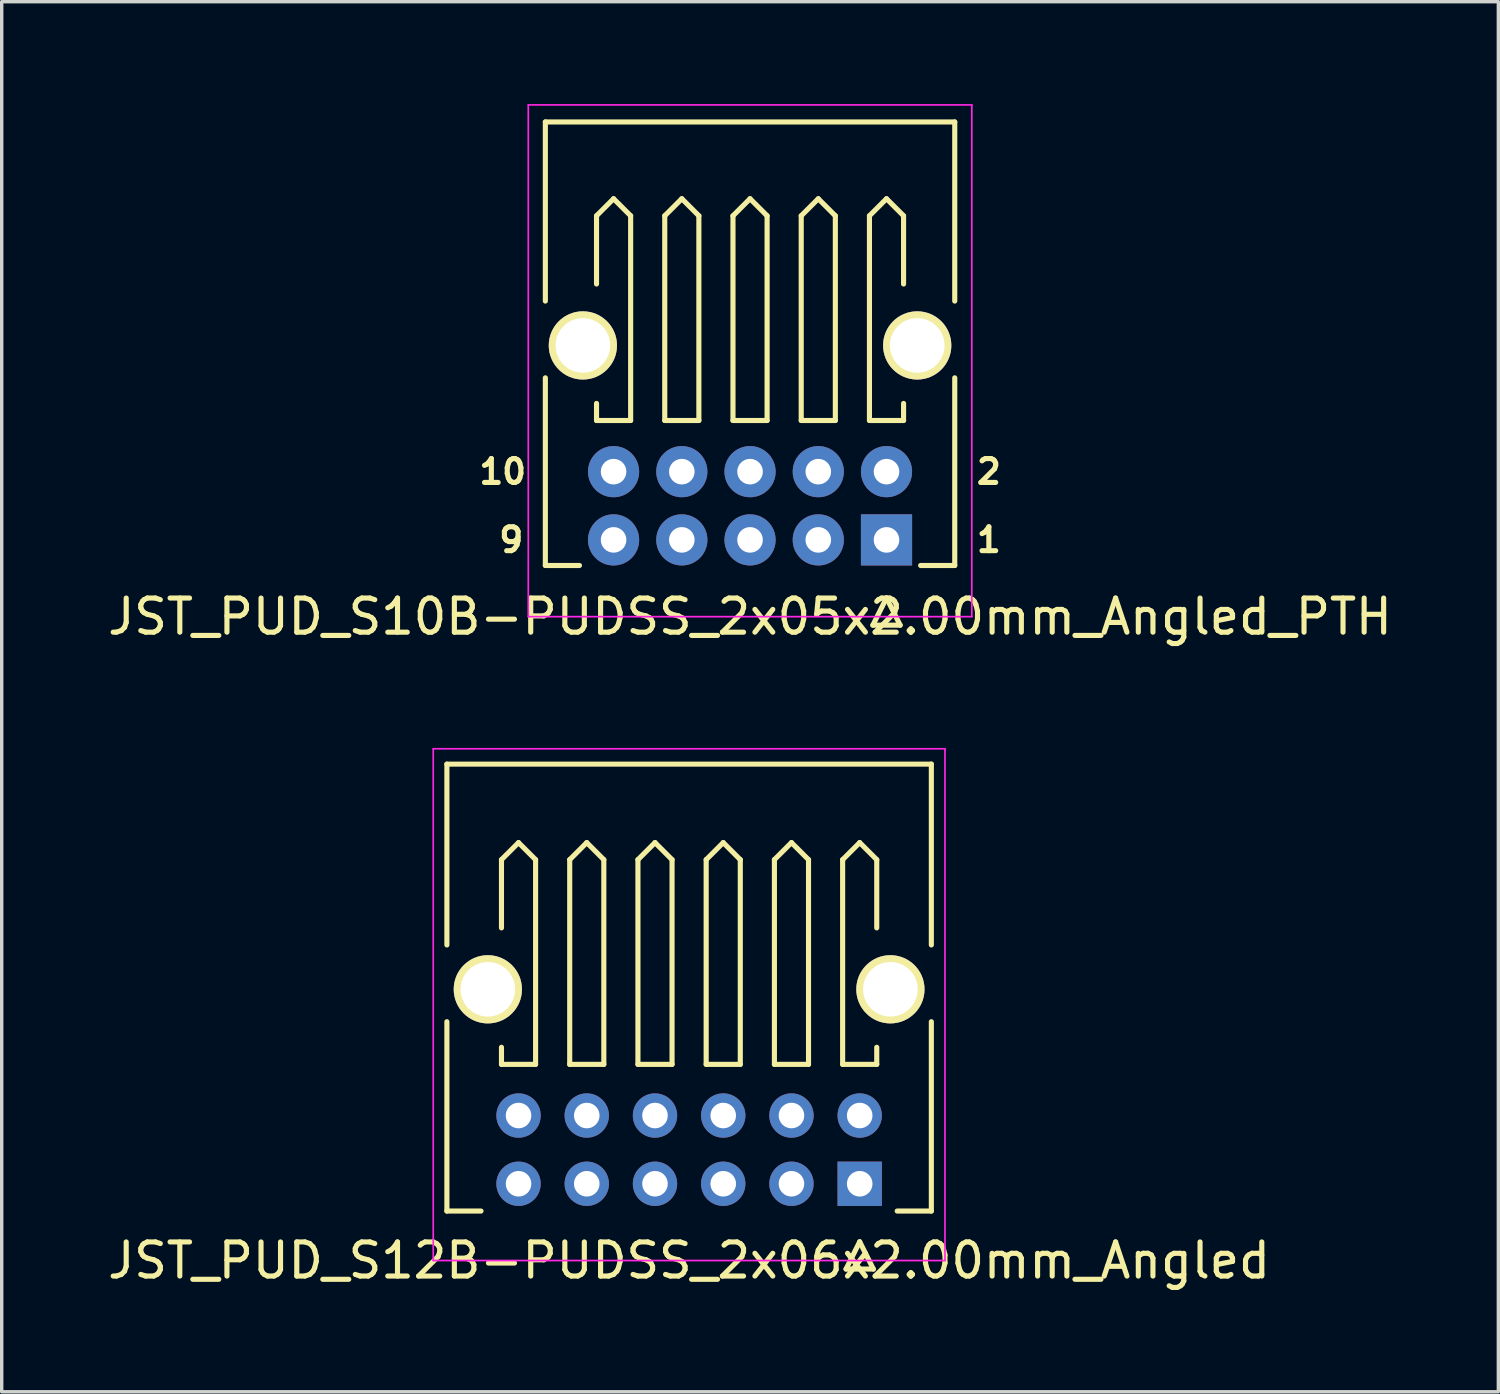
<source format=kicad_pcb>
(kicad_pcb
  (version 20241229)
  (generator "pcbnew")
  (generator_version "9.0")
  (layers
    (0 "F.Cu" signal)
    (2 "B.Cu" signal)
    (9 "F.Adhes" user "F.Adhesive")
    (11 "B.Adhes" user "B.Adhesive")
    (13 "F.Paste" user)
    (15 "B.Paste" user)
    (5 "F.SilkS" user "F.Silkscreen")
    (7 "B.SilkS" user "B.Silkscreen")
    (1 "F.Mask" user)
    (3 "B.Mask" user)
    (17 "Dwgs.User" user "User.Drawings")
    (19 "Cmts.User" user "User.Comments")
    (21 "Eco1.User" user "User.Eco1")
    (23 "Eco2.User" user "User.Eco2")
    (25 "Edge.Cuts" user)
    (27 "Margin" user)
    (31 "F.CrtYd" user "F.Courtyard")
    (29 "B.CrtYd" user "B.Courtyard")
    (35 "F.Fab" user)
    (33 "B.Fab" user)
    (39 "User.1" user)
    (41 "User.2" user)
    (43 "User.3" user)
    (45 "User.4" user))
  (footprint "JST_PUD_S12B-PUDSS_2x06x2.00mm_Angled"
    (layer "F.Cu")
    (at 22.149 31.648)
    (property "Reference" "JST_PUD_S12B-PUDSS_2x06x2.00mm_Angled" (at -5 2.25 0) (layer "F.SilkS") (effects (font (size 1 1) (thickness 0.15))))
    (attr through_hole)
    (fp_line (start -12.1 -12.3) (end -12.1 -7) (stroke (width 0.15) (type solid)) (layer "F.SilkS"))
    (fp_line (start -12.1 -4.75) (end -12.1 0.8) (stroke (width 0.15) (type solid)) (layer "F.SilkS"))
    (fp_line (start -12.1 0.8) (end -11.1 0.8) (stroke (width 0.15) (type solid)) (layer "F.SilkS"))
    (fp_line (start -10.5 -9.5) (end -10 -10) (stroke (width 0.15) (type solid)) (layer "F.SilkS"))
    (fp_line (start -10.5 -7.5) (end -10.5 -9.5) (stroke (width 0.15) (type solid)) (layer "F.SilkS"))
    (fp_line (start -10.5 -3.5) (end -10.5 -4) (stroke (width 0.15) (type solid)) (layer "F.SilkS"))
    (fp_line (start -10 -10) (end -9.5 -9.5) (stroke (width 0.15) (type solid)) (layer "F.SilkS"))
    (fp_line (start -9.5 -9.5) (end -9.5 -3.5) (stroke (width 0.15) (type solid)) (layer "F.SilkS"))
    (fp_line (start -9.5 -3.5) (end -10.5 -3.5) (stroke (width 0.15) (type solid)) (layer "F.SilkS"))
    (fp_line (start -8.5 -9.5) (end -8 -10) (stroke (width 0.15) (type solid)) (layer "F.SilkS"))
    (fp_line (start -8.5 -3.5) (end -8.5 -9.5) (stroke (width 0.15) (type solid)) (layer "F.SilkS"))
    (fp_line (start -8 -10) (end -7.5 -9.5) (stroke (width 0.15) (type solid)) (layer "F.SilkS"))
    (fp_line (start -7.5 -9.5) (end -7.5 -3.5) (stroke (width 0.15) (type solid)) (layer "F.SilkS"))
    (fp_line (start -7.5 -3.5) (end -8.5 -3.5) (stroke (width 0.15) (type solid)) (layer "F.SilkS"))
    (fp_line (start -6.5 -9.5) (end -6 -10) (stroke (width 0.15) (type solid)) (layer "F.SilkS"))
    (fp_line (start -6.5 -3.5) (end -6.5 -9.5) (stroke (width 0.15) (type solid)) (layer "F.SilkS"))
    (fp_line (start -6 -10) (end -5.5 -9.5) (stroke (width 0.15) (type solid)) (layer "F.SilkS"))
    (fp_line (start -5.5 -9.5) (end -5.5 -3.5) (stroke (width 0.15) (type solid)) (layer "F.SilkS"))
    (fp_line (start -5.5 -3.5) (end -6.5 -3.5) (stroke (width 0.15) (type solid)) (layer "F.SilkS"))
    (fp_line (start -4.5 -9.5) (end -4 -10) (stroke (width 0.15) (type solid)) (layer "F.SilkS"))
    (fp_line (start -4.5 -3.5) (end -4.5 -9.5) (stroke (width 0.15) (type solid)) (layer "F.SilkS"))
    (fp_line (start -4 -10) (end -3.5 -9.5) (stroke (width 0.15) (type solid)) (layer "F.SilkS"))
    (fp_line (start -3.5 -9.5) (end -3.5 -3.5) (stroke (width 0.15) (type solid)) (layer "F.SilkS"))
    (fp_line (start -3.5 -3.5) (end -4.5 -3.5) (stroke (width 0.15) (type solid)) (layer "F.SilkS"))
    (fp_line (start -2.5 -9.5) (end -2 -10) (stroke (width 0.15) (type solid)) (layer "F.SilkS"))
    (fp_line (start -2.5 -3.5) (end -2.5 -9.5) (stroke (width 0.15) (type solid)) (layer "F.SilkS"))
    (fp_line (start -2 -10) (end -1.5 -9.5) (stroke (width 0.15) (type solid)) (layer "F.SilkS"))
    (fp_line (start -1.5 -9.5) (end -1.5 -3.5) (stroke (width 0.15) (type solid)) (layer "F.SilkS"))
    (fp_line (start -1.5 -3.5) (end -2.5 -3.5) (stroke (width 0.15) (type solid)) (layer "F.SilkS"))
    (fp_line (start -0.5 -9.5) (end 0 -10) (stroke (width 0.15) (type solid)) (layer "F.SilkS"))
    (fp_line (start -0.5 -3.5) (end -0.5 -9.5) (stroke (width 0.15) (type solid)) (layer "F.SilkS"))
    (fp_line (start -0.4 2.5) (end 0 1.7) (stroke (width 0.15) (type solid)) (layer "F.SilkS"))
    (fp_line (start 0 -10) (end 0.5 -9.5) (stroke (width 0.15) (type solid)) (layer "F.SilkS"))
    (fp_line (start 0 1.7) (end 0.4 2.5) (stroke (width 0.15) (type solid)) (layer "F.SilkS"))
    (fp_line (start 0.4 2.5) (end -0.4 2.5) (stroke (width 0.15) (type solid)) (layer "F.SilkS"))
    (fp_line (start 0.5 -9.5) (end 0.5 -7.5) (stroke (width 0.15) (type solid)) (layer "F.SilkS"))
    (fp_line (start 0.5 -4) (end 0.5 -3.5) (stroke (width 0.15) (type solid)) (layer "F.SilkS"))
    (fp_line (start 0.5 -3.5) (end -0.5 -3.5) (stroke (width 0.15) (type solid)) (layer "F.SilkS"))
    (fp_line (start 1.1 0.8) (end 2.1 0.8) (stroke (width 0.15) (type solid)) (layer "F.SilkS"))
    (fp_line (start 2.1 -12.3) (end -12.1 -12.3) (stroke (width 0.15) (type solid)) (layer "F.SilkS"))
    (fp_line (start 2.1 -12.3) (end 2.1 -7) (stroke (width 0.15) (type solid)) (layer "F.SilkS"))
    (fp_line (start 2.1 0.8) (end 2.1 -4.75) (stroke (width 0.15) (type solid)) (layer "F.SilkS"))
    (fp_line (start -12.5 -12.75) (end 2.5 -12.75) (stroke (width 0.05) (type solid)) (layer "F.CrtYd"))
    (fp_line (start -12.5 2.25) (end -12.5 -12.75) (stroke (width 0.05) (type solid)) (layer "F.CrtYd"))
    (fp_line (start 2.5 -12.75) (end 2.5 2.25) (stroke (width 0.05) (type solid)) (layer "F.CrtYd"))
    (fp_line (start 2.5 2.25) (end -12.5 2.25) (stroke (width 0.05) (type solid)) (layer "F.CrtYd"))
    (pad "" np_thru_hole circle (at -10.9 -5.7) (size 2 2) (drill 1.6) (layers "*.Cu" "*.Mask" "F.SilkS"))
    (pad "" np_thru_hole circle (at 0.9 -5.7) (size 2 2) (drill 1.6) (layers "*.Cu" "*.Mask" "F.SilkS"))
    (pad "1" thru_hole rect (at 0 0) (size 1.3 1.3) (drill 0.75) (layers "*.Cu" "*.Mask"))
    (pad "2" thru_hole circle (at 0 -2) (size 1.3 1.3) (drill 0.75) (layers "*.Cu" "*.Mask"))
    (pad "3" thru_hole circle (at -2 0) (size 1.3 1.3) (drill 0.75) (layers "*.Cu" "*.Mask"))
    (pad "4" thru_hole circle (at -2 -2) (size 1.3 1.3) (drill 0.75) (layers "*.Cu" "*.Mask"))
    (pad "5" thru_hole circle (at -4 0) (size 1.3 1.3) (drill 0.75) (layers "*.Cu" "*.Mask"))
    (pad "6" thru_hole circle (at -4 -2) (size 1.3 1.3) (drill 0.75) (layers "*.Cu" "*.Mask"))
    (pad "7" thru_hole circle (at -6 0) (size 1.3 1.3) (drill 0.75) (layers "*.Cu" "*.Mask"))
    (pad "8" thru_hole circle (at -6 -2) (size 1.3 1.3) (drill 0.75) (layers "*.Cu" "*.Mask"))
    (pad "9" thru_hole circle (at -8 0) (size 1.3 1.3) (drill 0.75) (layers "*.Cu" "*.Mask"))
    (pad "10" thru_hole circle (at -8 -2) (size 1.3 1.3) (drill 0.75) (layers "*.Cu" "*.Mask"))
    (pad "11" thru_hole circle (at -10 0) (size 1.3 1.3) (drill 0.75) (layers "*.Cu" "*.Mask"))
    (pad "12" thru_hole circle (at -10 -2) (size 1.3 1.3) (drill 0.75) (layers "*.Cu" "*.Mask")))
  (footprint "JST_PUD_S10B-PUDSS_2x05x2.00mm_Angled_PTH"
    (layer "F.Cu")
    (at 22.935 12.775)
    (property "Reference" "JST_PUD_S10B-PUDSS_2x05x2.00mm_Angled_PTH" (at -4 2.25 0) (layer "F.SilkS") (effects (font (size 1 1) (thickness 0.15))))
    (attr through_hole)
    (fp_line (start -10 -12.25) (end -10 -7) (stroke (width 0.15) (type solid)) (layer "F.SilkS"))
    (fp_line (start -10 -4.75) (end -10 0.75) (stroke (width 0.15) (type solid)) (layer "F.SilkS"))
    (fp_line (start -10 0.75) (end -9 0.75) (stroke (width 0.15) (type solid)) (layer "F.SilkS"))
    (fp_line (start -8.5 -9.5) (end -8 -10) (stroke (width 0.15) (type solid)) (layer "F.SilkS"))
    (fp_line (start -8.5 -7.5) (end -8.5 -9.5) (stroke (width 0.15) (type solid)) (layer "F.SilkS"))
    (fp_line (start -8.5 -3.5) (end -8.5 -4) (stroke (width 0.15) (type solid)) (layer "F.SilkS"))
    (fp_line (start -8 -10) (end -7.5 -9.5) (stroke (width 0.15) (type solid)) (layer "F.SilkS"))
    (fp_line (start -7.5 -9.5) (end -7.5 -3.5) (stroke (width 0.15) (type solid)) (layer "F.SilkS"))
    (fp_line (start -7.5 -3.5) (end -8.5 -3.5) (stroke (width 0.15) (type solid)) (layer "F.SilkS"))
    (fp_line (start -6.5 -9.5) (end -6 -10) (stroke (width 0.15) (type solid)) (layer "F.SilkS"))
    (fp_line (start -6.5 -3.5) (end -6.5 -9.5) (stroke (width 0.15) (type solid)) (layer "F.SilkS"))
    (fp_line (start -6 -10) (end -5.5 -9.5) (stroke (width 0.15) (type solid)) (layer "F.SilkS"))
    (fp_line (start -5.5 -9.5) (end -5.5 -3.5) (stroke (width 0.15) (type solid)) (layer "F.SilkS"))
    (fp_line (start -5.5 -3.5) (end -6.5 -3.5) (stroke (width 0.15) (type solid)) (layer "F.SilkS"))
    (fp_line (start -4.5 -9.5) (end -4 -10) (stroke (width 0.15) (type solid)) (layer "F.SilkS"))
    (fp_line (start -4.5 -3.5) (end -4.5 -9.5) (stroke (width 0.15) (type solid)) (layer "F.SilkS"))
    (fp_line (start -4 -10) (end -3.5 -9.5) (stroke (width 0.15) (type solid)) (layer "F.SilkS"))
    (fp_line (start -3.5 -9.5) (end -3.5 -3.5) (stroke (width 0.15) (type solid)) (layer "F.SilkS"))
    (fp_line (start -3.5 -3.5) (end -4.5 -3.5) (stroke (width 0.15) (type solid)) (layer "F.SilkS"))
    (fp_line (start -2.5 -9.5) (end -2 -10) (stroke (width 0.15) (type solid)) (layer "F.SilkS"))
    (fp_line (start -2.5 -3.5) (end -2.5 -9.5) (stroke (width 0.15) (type solid)) (layer "F.SilkS"))
    (fp_line (start -2 -10) (end -1.5 -9.5) (stroke (width 0.15) (type solid)) (layer "F.SilkS"))
    (fp_line (start -1.5 -9.5) (end -1.5 -3.5) (stroke (width 0.15) (type solid)) (layer "F.SilkS"))
    (fp_line (start -1.5 -3.5) (end -2.5 -3.5) (stroke (width 0.15) (type solid)) (layer "F.SilkS"))
    (fp_line (start -0.5 -9.5) (end 0 -10) (stroke (width 0.15) (type solid)) (layer "F.SilkS"))
    (fp_line (start -0.5 -3.5) (end -0.5 -9.5) (stroke (width 0.15) (type solid)) (layer "F.SilkS"))
    (fp_line (start -0.4 2.5) (end 0 1.7) (stroke (width 0.15) (type solid)) (layer "F.SilkS"))
    (fp_line (start 0 -10) (end 0.5 -9.5) (stroke (width 0.15) (type solid)) (layer "F.SilkS"))
    (fp_line (start 0 1.7) (end 0.4 2.5) (stroke (width 0.15) (type solid)) (layer "F.SilkS"))
    (fp_line (start 0.4 2.5) (end -0.4 2.5) (stroke (width 0.15) (type solid)) (layer "F.SilkS"))
    (fp_line (start 0.5 -9.5) (end 0.5 -7.5) (stroke (width 0.15) (type solid)) (layer "F.SilkS"))
    (fp_line (start 0.5 -4) (end 0.5 -3.5) (stroke (width 0.15) (type solid)) (layer "F.SilkS"))
    (fp_line (start 0.5 -3.5) (end -0.5 -3.5) (stroke (width 0.15) (type solid)) (layer "F.SilkS"))
    (fp_line (start 1 0.75) (end 2 0.75) (stroke (width 0.15) (type solid)) (layer "F.SilkS"))
    (fp_line (start 2 -12.25) (end -10 -12.25) (stroke (width 0.15) (type solid)) (layer "F.SilkS"))
    (fp_line (start 2 -12.25) (end 2 -7) (stroke (width 0.15) (type solid)) (layer "F.SilkS"))
    (fp_line (start 2 0.75) (end 2 -4.75) (stroke (width 0.15) (type solid)) (layer "F.SilkS"))
    (fp_line (start -10.5 -12.75) (end 2.5 -12.75) (stroke (width 0.05) (type solid)) (layer "F.CrtYd"))
    (fp_line (start -10.5 2.25) (end -10.5 -12.75) (stroke (width 0.05) (type solid)) (layer "F.CrtYd"))
    (fp_line (start 2.5 -12.75) (end 2.5 2.25) (stroke (width 0.05) (type solid)) (layer "F.CrtYd"))
    (fp_line (start 2.5 2.25) (end -10.5 2.25) (stroke (width 0.05) (type solid)) (layer "F.CrtYd"))
    (fp_text user "1" (at 3 0 0) (layer "F.SilkS") (effects (font (size 0.7 0.7) (thickness 0.15))))
    (fp_text user "2" (at 3 -2 0) (layer "F.SilkS") (effects (font (size 0.7 0.7) (thickness 0.15))))
    (fp_text user "9" (at -11 0 0) (layer "F.SilkS") (effects (font (size 0.7 0.7) (thickness 0.15))))
    (fp_text user "10" (at -11.25 -2 0) (layer "F.SilkS") (effects (font (size 0.7 0.7) (thickness 0.15))))
    (pad "" np_thru_hole circle (at -8.9 -5.7) (size 2 2) (drill 1.6) (layers "*.Cu" "*.Mask" "F.SilkS"))
    (pad "" np_thru_hole circle (at 0.9 -5.7) (size 2 2) (drill 1.6) (layers "*.Cu" "*.Mask" "F.SilkS"))
    (pad "1" thru_hole rect (at 0 0) (size 1.5 1.5) (drill 0.75) (layers "*.Cu" "*.Mask"))
    (pad "2" thru_hole circle (at 0 -2) (size 1.5 1.5) (drill 0.75) (layers "*.Cu" "*.Mask"))
    (pad "3" thru_hole circle (at -2 0) (size 1.5 1.5) (drill 0.75) (layers "*.Cu" "*.Mask"))
    (pad "4" thru_hole circle (at -2 -2) (size 1.5 1.5) (drill 0.75) (layers "*.Cu" "*.Mask"))
    (pad "5" thru_hole circle (at -4 0) (size 1.5 1.5) (drill 0.75) (layers "*.Cu" "*.Mask"))
    (pad "6" thru_hole circle (at -4 -2) (size 1.5 1.5) (drill 0.75) (layers "*.Cu" "*.Mask"))
    (pad "7" thru_hole circle (at -6 0) (size 1.5 1.5) (drill 0.75) (layers "*.Cu" "*.Mask"))
    (pad "8" thru_hole circle (at -6 -2) (size 1.5 1.5) (drill 0.75) (layers "*.Cu" "*.Mask"))
    (pad "9" thru_hole circle (at -8 0) (size 1.5 1.5) (drill 0.75) (layers "*.Cu" "*.Mask"))
    (pad "10" thru_hole circle (at -8 -2) (size 1.5 1.5) (drill 0.75) (layers "*.Cu" "*.Mask")))
  (gr_rect
    (start -3 -3)
    (end 40.869 37.746)
    (stroke (width 0.1) (type default))
    (fill no)
    (layer "Edge.Cuts")))
</source>
